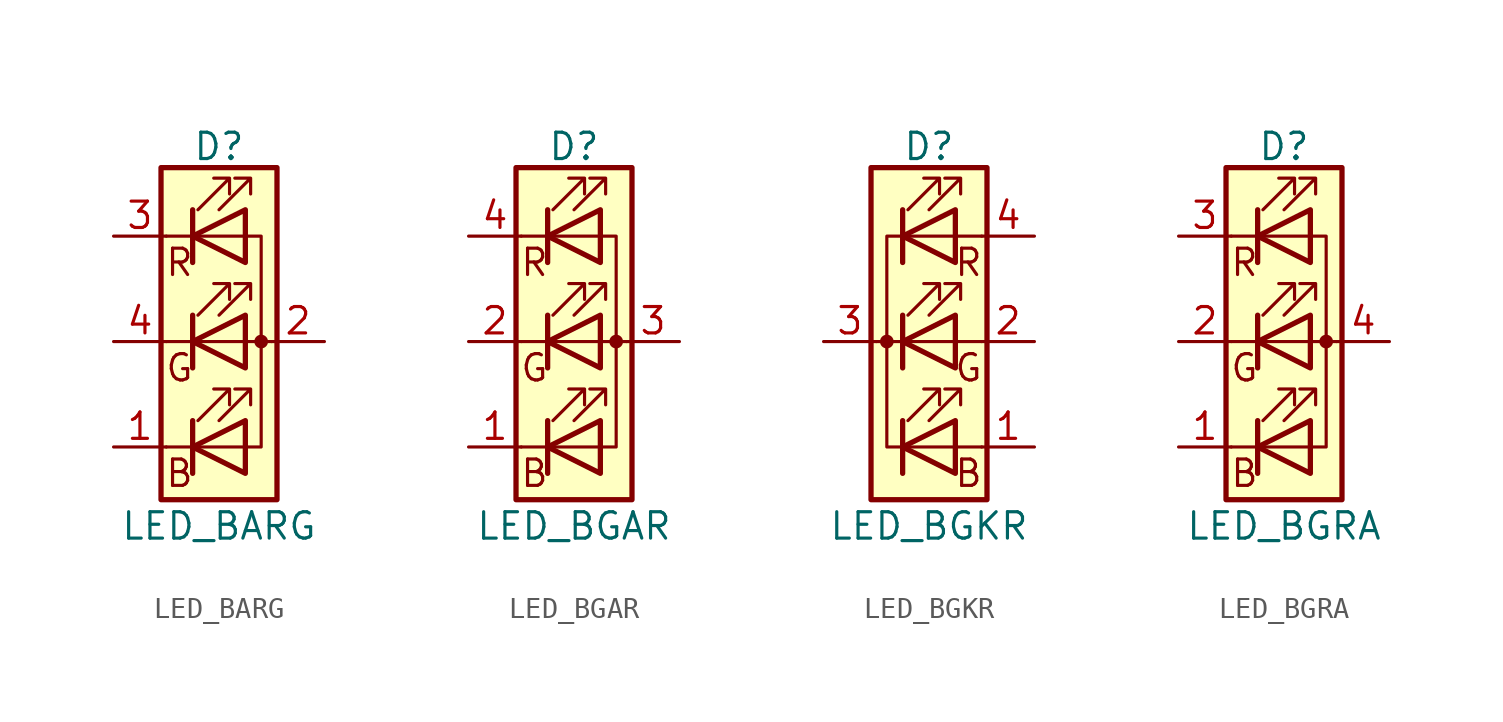
<source format=kicad_sym>
(kicad_symbol_lib
  (version 20201005)
  (generator kicad_symbol_editor)
  (symbol "LED_BARG"
    (pin_names
      (offset 0) hide)
    (property "Reference" "D"
      (at 0 9.398 0)
      (effects (font (size 1.27 1.27))))
    (property "Value" "LED_BARG"
      (at 0 -8.89 0)
      (effects (font (size 1.27 1.27))))
    (symbol "LED_BARG_0_0"
      (text "B" (at -1.905 -6.35 0) (effects (font (size 1.27 1.27))))
      (text "G" (at -1.905 -1.27 0) (effects (font (size 1.27 1.27))))
      (text "R" (at -1.905 3.81 0) (effects (font (size 1.27 1.27)))))
    (symbol "LED_BARG_0_1"
      (circle (center 2.032 0) (radius 0.254) (stroke (width 0)) (fill (type outline)))
      (rectangle (start 1.27 -1.27) (end 1.27 1.27) (stroke (width 0)) (fill (type none)))
      (rectangle (start 1.27 1.27) (end 1.27 1.27) (stroke (width 0)) (fill (type none)))
      (rectangle (start 1.27 3.81) (end 1.27 6.35) (stroke (width 0)) (fill (type none)))
      (rectangle (start 1.27 6.35) (end 1.27 6.35) (stroke (width 0)) (fill (type none)))
      (rectangle (start 2.794 8.382) (end -2.794 -7.62) (stroke (width 0.254)) (fill (type background)))
      (polyline (pts (xy -1.27 -5.08) (xy -2.54 -5.08)) (stroke (width 0)) (fill (type none)))
      (polyline (pts (xy -1.27 -5.08) (xy 1.27 -5.08)) (stroke (width 0)) (fill (type none)))
      (polyline (pts (xy -1.27 -3.81) (xy -1.27 -6.35)) (stroke (width 0.254)) (fill (type none)))
      (polyline (pts (xy -1.27 0) (xy -2.54 0)) (stroke (width 0)) (fill (type none)))
      (polyline (pts (xy -1.27 1.27) (xy -1.27 -1.27)) (stroke (width 0.254)) (fill (type none)))
      (polyline (pts (xy -1.27 5.08) (xy -2.54 5.08)) (stroke (width 0)) (fill (type none)))
      (polyline (pts (xy -1.27 5.08) (xy 1.27 5.08)) (stroke (width 0)) (fill (type none)))
      (polyline (pts (xy -1.27 6.35) (xy -1.27 3.81)) (stroke (width 0.254)) (fill (type none)))
      (polyline (pts (xy 1.27 0) (xy -1.27 0)) (stroke (width 0)) (fill (type none)))
      (polyline (pts (xy 1.27 0) (xy 2.54 0)) (stroke (width 0)) (fill (type none)))
      (polyline (pts (xy -1.27 1.27) (xy -1.27 -1.27) (xy -1.27 -1.27)) (stroke (width 0)) (fill (type none)))
      (polyline (pts (xy -1.27 6.35) (xy -1.27 3.81) (xy -1.27 3.81)) (stroke (width 0)) (fill (type none)))
      (polyline (pts (xy 1.27 -5.08) (xy 2.032 -5.08) (xy 2.032 5.08) (xy 1.27 5.08)) (stroke (width 0)) (fill (type none)))
      (polyline (pts (xy 1.27 -3.81) (xy 1.27 -6.35) (xy -1.27 -5.08) (xy 1.27 -3.81)) (stroke (width 0.254)) (fill (type none)))
      (polyline (pts (xy 1.27 1.27) (xy 1.27 -1.27) (xy -1.27 0) (xy 1.27 1.27)) (stroke (width 0.254)) (fill (type none)))
      (polyline (pts (xy 1.27 6.35) (xy 1.27 3.81) (xy -1.27 5.08) (xy 1.27 6.35)) (stroke (width 0.254)) (fill (type none)))
      (polyline (pts (xy -1.016 -3.81) (xy 0.508 -2.286) (xy -0.254 -2.286) (xy 0.508 -2.286) (xy 0.508 -3.048)) (stroke (width 0)) (fill (type none)))
      (polyline (pts (xy -1.016 1.27) (xy 0.508 2.794) (xy -0.254 2.794) (xy 0.508 2.794) (xy 0.508 2.032)) (stroke (width 0)) (fill (type none)))
      (polyline (pts (xy -1.016 6.35) (xy 0.508 7.874) (xy -0.254 7.874) (xy 0.508 7.874) (xy 0.508 7.112)) (stroke (width 0)) (fill (type none)))
      (polyline (pts (xy 0 -3.81) (xy 1.524 -2.286) (xy 0.762 -2.286) (xy 1.524 -2.286) (xy 1.524 -3.048)) (stroke (width 0)) (fill (type none)))
      (polyline (pts (xy 0 1.27) (xy 1.524 2.794) (xy 0.762 2.794) (xy 1.524 2.794) (xy 1.524 2.032)) (stroke (width 0)) (fill (type none)))
      (polyline (pts (xy 0 6.35) (xy 1.524 7.874) (xy 0.762 7.874) (xy 1.524 7.874) (xy 1.524 7.112)) (stroke (width 0)) (fill (type none))))
    (symbol "LED_BARG_1_1"
      (pin passive line (at -5.08 -5.08 0) (length 2.54) (name "BK" (effects (font (size 1.27 1.27)))) (number "1" (effects (font (size 1.27 1.27)))))
      (pin passive line (at 5.08 0 180) (length 2.54) (name "A" (effects (font (size 1.27 1.27)))) (number "2" (effects (font (size 1.27 1.27)))))
      (pin passive line (at -5.08 5.08 0) (length 2.54) (name "RK" (effects (font (size 1.27 1.27)))) (number "3" (effects (font (size 1.27 1.27)))))
      (pin passive line (at -5.08 0 0) (length 2.54) (name "GK" (effects (font (size 1.27 1.27)))) (number "4" (effects (font (size 1.27 1.27)))))))
  (symbol "LED_BGAR"
    (pin_names
      (offset 0) hide)
    (property "Reference" "D"
      (at 0 9.398 0)
      (effects (font (size 1.27 1.27))))
    (property "Value" "LED_BGAR"
      (at 0 -8.89 0)
      (effects (font (size 1.27 1.27))))
    (symbol "LED_BGAR_0_0"
      (text "B" (at -1.905 -6.35 0) (effects (font (size 1.27 1.27))))
      (text "G" (at -1.905 -1.27 0) (effects (font (size 1.27 1.27))))
      (text "R" (at -1.905 3.81 0) (effects (font (size 1.27 1.27)))))
    (symbol "LED_BGAR_0_1"
      (circle (center 2.032 0) (radius 0.254) (stroke (width 0)) (fill (type outline)))
      (rectangle (start 1.27 -1.27) (end 1.27 1.27) (stroke (width 0)) (fill (type none)))
      (rectangle (start 1.27 1.27) (end 1.27 1.27) (stroke (width 0)) (fill (type none)))
      (rectangle (start 1.27 3.81) (end 1.27 6.35) (stroke (width 0)) (fill (type none)))
      (rectangle (start 1.27 6.35) (end 1.27 6.35) (stroke (width 0)) (fill (type none)))
      (rectangle (start 2.794 8.382) (end -2.794 -7.62) (stroke (width 0.254)) (fill (type background)))
      (polyline (pts (xy -1.27 -5.08) (xy -2.54 -5.08)) (stroke (width 0)) (fill (type none)))
      (polyline (pts (xy -1.27 -5.08) (xy 1.27 -5.08)) (stroke (width 0)) (fill (type none)))
      (polyline (pts (xy -1.27 -3.81) (xy -1.27 -6.35)) (stroke (width 0.254)) (fill (type none)))
      (polyline (pts (xy -1.27 0) (xy -2.54 0)) (stroke (width 0)) (fill (type none)))
      (polyline (pts (xy -1.27 1.27) (xy -1.27 -1.27)) (stroke (width 0.254)) (fill (type none)))
      (polyline (pts (xy -1.27 5.08) (xy -2.54 5.08)) (stroke (width 0)) (fill (type none)))
      (polyline (pts (xy -1.27 5.08) (xy 1.27 5.08)) (stroke (width 0)) (fill (type none)))
      (polyline (pts (xy -1.27 6.35) (xy -1.27 3.81)) (stroke (width 0.254)) (fill (type none)))
      (polyline (pts (xy 1.27 0) (xy -1.27 0)) (stroke (width 0)) (fill (type none)))
      (polyline (pts (xy 1.27 0) (xy 2.54 0)) (stroke (width 0)) (fill (type none)))
      (polyline (pts (xy -1.27 1.27) (xy -1.27 -1.27) (xy -1.27 -1.27)) (stroke (width 0)) (fill (type none)))
      (polyline (pts (xy -1.27 6.35) (xy -1.27 3.81) (xy -1.27 3.81)) (stroke (width 0)) (fill (type none)))
      (polyline (pts (xy 1.27 -5.08) (xy 2.032 -5.08) (xy 2.032 5.08) (xy 1.27 5.08)) (stroke (width 0)) (fill (type none)))
      (polyline (pts (xy 1.27 -3.81) (xy 1.27 -6.35) (xy -1.27 -5.08) (xy 1.27 -3.81)) (stroke (width 0.254)) (fill (type none)))
      (polyline (pts (xy 1.27 1.27) (xy 1.27 -1.27) (xy -1.27 0) (xy 1.27 1.27)) (stroke (width 0.254)) (fill (type none)))
      (polyline (pts (xy 1.27 6.35) (xy 1.27 3.81) (xy -1.27 5.08) (xy 1.27 6.35)) (stroke (width 0.254)) (fill (type none)))
      (polyline (pts (xy -1.016 -3.81) (xy 0.508 -2.286) (xy -0.254 -2.286) (xy 0.508 -2.286) (xy 0.508 -3.048)) (stroke (width 0)) (fill (type none)))
      (polyline (pts (xy -1.016 1.27) (xy 0.508 2.794) (xy -0.254 2.794) (xy 0.508 2.794) (xy 0.508 2.032)) (stroke (width 0)) (fill (type none)))
      (polyline (pts (xy -1.016 6.35) (xy 0.508 7.874) (xy -0.254 7.874) (xy 0.508 7.874) (xy 0.508 7.112)) (stroke (width 0)) (fill (type none)))
      (polyline (pts (xy 0 -3.81) (xy 1.524 -2.286) (xy 0.762 -2.286) (xy 1.524 -2.286) (xy 1.524 -3.048)) (stroke (width 0)) (fill (type none)))
      (polyline (pts (xy 0 1.27) (xy 1.524 2.794) (xy 0.762 2.794) (xy 1.524 2.794) (xy 1.524 2.032)) (stroke (width 0)) (fill (type none)))
      (polyline (pts (xy 0 6.35) (xy 1.524 7.874) (xy 0.762 7.874) (xy 1.524 7.874) (xy 1.524 7.112)) (stroke (width 0)) (fill (type none))))
    (symbol "LED_BGAR_1_1"
      (pin passive line (at -5.08 -5.08 0) (length 2.54) (name "BK" (effects (font (size 1.27 1.27)))) (number "1" (effects (font (size 1.27 1.27)))))
      (pin passive line (at -5.08 0 0) (length 2.54) (name "GK" (effects (font (size 1.27 1.27)))) (number "2" (effects (font (size 1.27 1.27)))))
      (pin passive line (at 5.08 0 180) (length 2.54) (name "A" (effects (font (size 1.27 1.27)))) (number "3" (effects (font (size 1.27 1.27)))))
      (pin passive line (at -5.08 5.08 0) (length 2.54) (name "RK" (effects (font (size 1.27 1.27)))) (number "4" (effects (font (size 1.27 1.27)))))))
  (symbol "LED_BGKR"
    (pin_names
      (offset 0) hide)
    (property "Reference" "D"
      (at 0 9.398 0)
      (effects (font (size 1.27 1.27))))
    (property "Value" "LED_BGKR"
      (at 0 -8.89 0)
      (effects (font (size 1.27 1.27))))
    (symbol "LED_BGKR_0_0"
      (text "B" (at 1.905 -6.35 0) (effects (font (size 1.27 1.27))))
      (text "G" (at 1.905 -1.27 0) (effects (font (size 1.27 1.27))))
      (text "R" (at 1.905 3.81 0) (effects (font (size 1.27 1.27)))))
    (symbol "LED_BGKR_0_1"
      (circle (center -2.032 0) (radius 0.254) (stroke (width 0)) (fill (type outline)))
      (rectangle (start 1.27 -1.27) (end 1.27 1.27) (stroke (width 0)) (fill (type none)))
      (rectangle (start 1.27 1.27) (end 1.27 1.27) (stroke (width 0)) (fill (type none)))
      (rectangle (start 1.27 3.81) (end 1.27 6.35) (stroke (width 0)) (fill (type none)))
      (rectangle (start 1.27 6.35) (end 1.27 6.35) (stroke (width 0)) (fill (type none)))
      (rectangle (start 2.794 8.382) (end -2.794 -7.62) (stroke (width 0.254)) (fill (type background)))
      (polyline (pts (xy -1.27 -5.08) (xy 1.27 -5.08)) (stroke (width 0)) (fill (type none)))
      (polyline (pts (xy -1.27 -3.81) (xy -1.27 -6.35)) (stroke (width 0.254)) (fill (type none)))
      (polyline (pts (xy -1.27 0) (xy -2.54 0)) (stroke (width 0)) (fill (type none)))
      (polyline (pts (xy -1.27 1.27) (xy -1.27 -1.27)) (stroke (width 0.254)) (fill (type none)))
      (polyline (pts (xy -1.27 5.08) (xy 1.27 5.08)) (stroke (width 0)) (fill (type none)))
      (polyline (pts (xy -1.27 6.35) (xy -1.27 3.81)) (stroke (width 0.254)) (fill (type none)))
      (polyline (pts (xy 1.27 -5.08) (xy 2.54 -5.08)) (stroke (width 0)) (fill (type none)))
      (polyline (pts (xy 1.27 0) (xy -1.27 0)) (stroke (width 0)) (fill (type none)))
      (polyline (pts (xy 1.27 0) (xy 2.54 0)) (stroke (width 0)) (fill (type none)))
      (polyline (pts (xy 1.27 5.08) (xy 2.54 5.08)) (stroke (width 0)) (fill (type none)))
      (polyline (pts (xy -1.27 1.27) (xy -1.27 -1.27) (xy -1.27 -1.27)) (stroke (width 0)) (fill (type none)))
      (polyline (pts (xy -1.27 6.35) (xy -1.27 3.81) (xy -1.27 3.81)) (stroke (width 0)) (fill (type none)))
      (polyline (pts (xy -1.27 5.08) (xy -2.032 5.08) (xy -2.032 -5.08) (xy -1.016 -5.08)) (stroke (width 0)) (fill (type none)))
      (polyline (pts (xy 1.27 -3.81) (xy 1.27 -6.35) (xy -1.27 -5.08) (xy 1.27 -3.81)) (stroke (width 0.254)) (fill (type none)))
      (polyline (pts (xy 1.27 1.27) (xy 1.27 -1.27) (xy -1.27 0) (xy 1.27 1.27)) (stroke (width 0.254)) (fill (type none)))
      (polyline (pts (xy 1.27 6.35) (xy 1.27 3.81) (xy -1.27 5.08) (xy 1.27 6.35)) (stroke (width 0.254)) (fill (type none)))
      (polyline (pts (xy -1.016 -3.81) (xy 0.508 -2.286) (xy -0.254 -2.286) (xy 0.508 -2.286) (xy 0.508 -3.048)) (stroke (width 0)) (fill (type none)))
      (polyline (pts (xy -1.016 1.27) (xy 0.508 2.794) (xy -0.254 2.794) (xy 0.508 2.794) (xy 0.508 2.032)) (stroke (width 0)) (fill (type none)))
      (polyline (pts (xy -1.016 6.35) (xy 0.508 7.874) (xy -0.254 7.874) (xy 0.508 7.874) (xy 0.508 7.112)) (stroke (width 0)) (fill (type none)))
      (polyline (pts (xy 0 -3.81) (xy 1.524 -2.286) (xy 0.762 -2.286) (xy 1.524 -2.286) (xy 1.524 -3.048)) (stroke (width 0)) (fill (type none)))
      (polyline (pts (xy 0 1.27) (xy 1.524 2.794) (xy 0.762 2.794) (xy 1.524 2.794) (xy 1.524 2.032)) (stroke (width 0)) (fill (type none)))
      (polyline (pts (xy 0 6.35) (xy 1.524 7.874) (xy 0.762 7.874) (xy 1.524 7.874) (xy 1.524 7.112)) (stroke (width 0)) (fill (type none))))
    (symbol "LED_BGKR_1_1"
      (pin passive line (at 5.08 -5.08 180) (length 2.54) (name "BA" (effects (font (size 1.27 1.27)))) (number "1" (effects (font (size 1.27 1.27)))))
      (pin passive line (at 5.08 0 180) (length 2.54) (name "GA" (effects (font (size 1.27 1.27)))) (number "2" (effects (font (size 1.27 1.27)))))
      (pin passive line (at -5.08 0 0) (length 2.54) (name "K" (effects (font (size 1.27 1.27)))) (number "3" (effects (font (size 1.27 1.27)))))
      (pin passive line (at 5.08 5.08 180) (length 2.54) (name "RA" (effects (font (size 1.27 1.27)))) (number "4" (effects (font (size 1.27 1.27)))))))
  (symbol "LED_BGRA"
    (pin_names
      (offset 0) hide)
    (property "Reference" "D"
      (at 0 9.398 0)
      (effects (font (size 1.27 1.27))))
    (property "Value" "LED_BGRA"
      (at 0 -8.89 0)
      (effects (font (size 1.27 1.27))))
    (symbol "LED_BGRA_0_0"
      (text "B" (at -1.905 -6.35 0) (effects (font (size 1.27 1.27))))
      (text "G" (at -1.905 -1.27 0) (effects (font (size 1.27 1.27))))
      (text "R" (at -1.905 3.81 0) (effects (font (size 1.27 1.27)))))
    (symbol "LED_BGRA_0_1"
      (circle (center 2.032 0) (radius 0.254) (stroke (width 0)) (fill (type outline)))
      (rectangle (start 1.27 -1.27) (end 1.27 1.27) (stroke (width 0)) (fill (type none)))
      (rectangle (start 1.27 1.27) (end 1.27 1.27) (stroke (width 0)) (fill (type none)))
      (rectangle (start 1.27 3.81) (end 1.27 6.35) (stroke (width 0)) (fill (type none)))
      (rectangle (start 1.27 6.35) (end 1.27 6.35) (stroke (width 0)) (fill (type none)))
      (rectangle (start 2.794 8.382) (end -2.794 -7.62) (stroke (width 0.254)) (fill (type background)))
      (polyline (pts (xy -1.27 -5.08) (xy -2.54 -5.08)) (stroke (width 0)) (fill (type none)))
      (polyline (pts (xy -1.27 -5.08) (xy 1.27 -5.08)) (stroke (width 0)) (fill (type none)))
      (polyline (pts (xy -1.27 -3.81) (xy -1.27 -6.35)) (stroke (width 0.254)) (fill (type none)))
      (polyline (pts (xy -1.27 0) (xy -2.54 0)) (stroke (width 0)) (fill (type none)))
      (polyline (pts (xy -1.27 1.27) (xy -1.27 -1.27)) (stroke (width 0.254)) (fill (type none)))
      (polyline (pts (xy -1.27 5.08) (xy -2.54 5.08)) (stroke (width 0)) (fill (type none)))
      (polyline (pts (xy -1.27 5.08) (xy 1.27 5.08)) (stroke (width 0)) (fill (type none)))
      (polyline (pts (xy -1.27 6.35) (xy -1.27 3.81)) (stroke (width 0.254)) (fill (type none)))
      (polyline (pts (xy 1.27 0) (xy -1.27 0)) (stroke (width 0)) (fill (type none)))
      (polyline (pts (xy 1.27 0) (xy 2.54 0)) (stroke (width 0)) (fill (type none)))
      (polyline (pts (xy -1.27 1.27) (xy -1.27 -1.27) (xy -1.27 -1.27)) (stroke (width 0)) (fill (type none)))
      (polyline (pts (xy -1.27 6.35) (xy -1.27 3.81) (xy -1.27 3.81)) (stroke (width 0)) (fill (type none)))
      (polyline (pts (xy 1.27 -5.08) (xy 2.032 -5.08) (xy 2.032 5.08) (xy 1.27 5.08)) (stroke (width 0)) (fill (type none)))
      (polyline (pts (xy 1.27 -3.81) (xy 1.27 -6.35) (xy -1.27 -5.08) (xy 1.27 -3.81)) (stroke (width 0.254)) (fill (type none)))
      (polyline (pts (xy 1.27 1.27) (xy 1.27 -1.27) (xy -1.27 0) (xy 1.27 1.27)) (stroke (width 0.254)) (fill (type none)))
      (polyline (pts (xy 1.27 6.35) (xy 1.27 3.81) (xy -1.27 5.08) (xy 1.27 6.35)) (stroke (width 0.254)) (fill (type none)))
      (polyline (pts (xy -1.016 -3.81) (xy 0.508 -2.286) (xy -0.254 -2.286) (xy 0.508 -2.286) (xy 0.508 -3.048)) (stroke (width 0)) (fill (type none)))
      (polyline (pts (xy -1.016 1.27) (xy 0.508 2.794) (xy -0.254 2.794) (xy 0.508 2.794) (xy 0.508 2.032)) (stroke (width 0)) (fill (type none)))
      (polyline (pts (xy -1.016 6.35) (xy 0.508 7.874) (xy -0.254 7.874) (xy 0.508 7.874) (xy 0.508 7.112)) (stroke (width 0)) (fill (type none)))
      (polyline (pts (xy 0 -3.81) (xy 1.524 -2.286) (xy 0.762 -2.286) (xy 1.524 -2.286) (xy 1.524 -3.048)) (stroke (width 0)) (fill (type none)))
      (polyline (pts (xy 0 1.27) (xy 1.524 2.794) (xy 0.762 2.794) (xy 1.524 2.794) (xy 1.524 2.032)) (stroke (width 0)) (fill (type none)))
      (polyline (pts (xy 0 6.35) (xy 1.524 7.874) (xy 0.762 7.874) (xy 1.524 7.874) (xy 1.524 7.112)) (stroke (width 0)) (fill (type none))))
    (symbol "LED_BGRA_1_1"
      (pin passive line (at -5.08 -5.08 0) (length 2.54) (name "BK" (effects (font (size 1.27 1.27)))) (number "1" (effects (font (size 1.27 1.27)))))
      (pin passive line (at -5.08 0 0) (length 2.54) (name "GK" (effects (font (size 1.27 1.27)))) (number "2" (effects (font (size 1.27 1.27)))))
      (pin passive line (at -5.08 5.08 0) (length 2.54) (name "RK" (effects (font (size 1.27 1.27)))) (number "3" (effects (font (size 1.27 1.27)))))
      (pin passive line (at 5.08 0 180) (length 2.54) (name "A" (effects (font (size 1.27 1.27)))) (number "4" (effects (font (size 1.27 1.27))))))))
</source>
